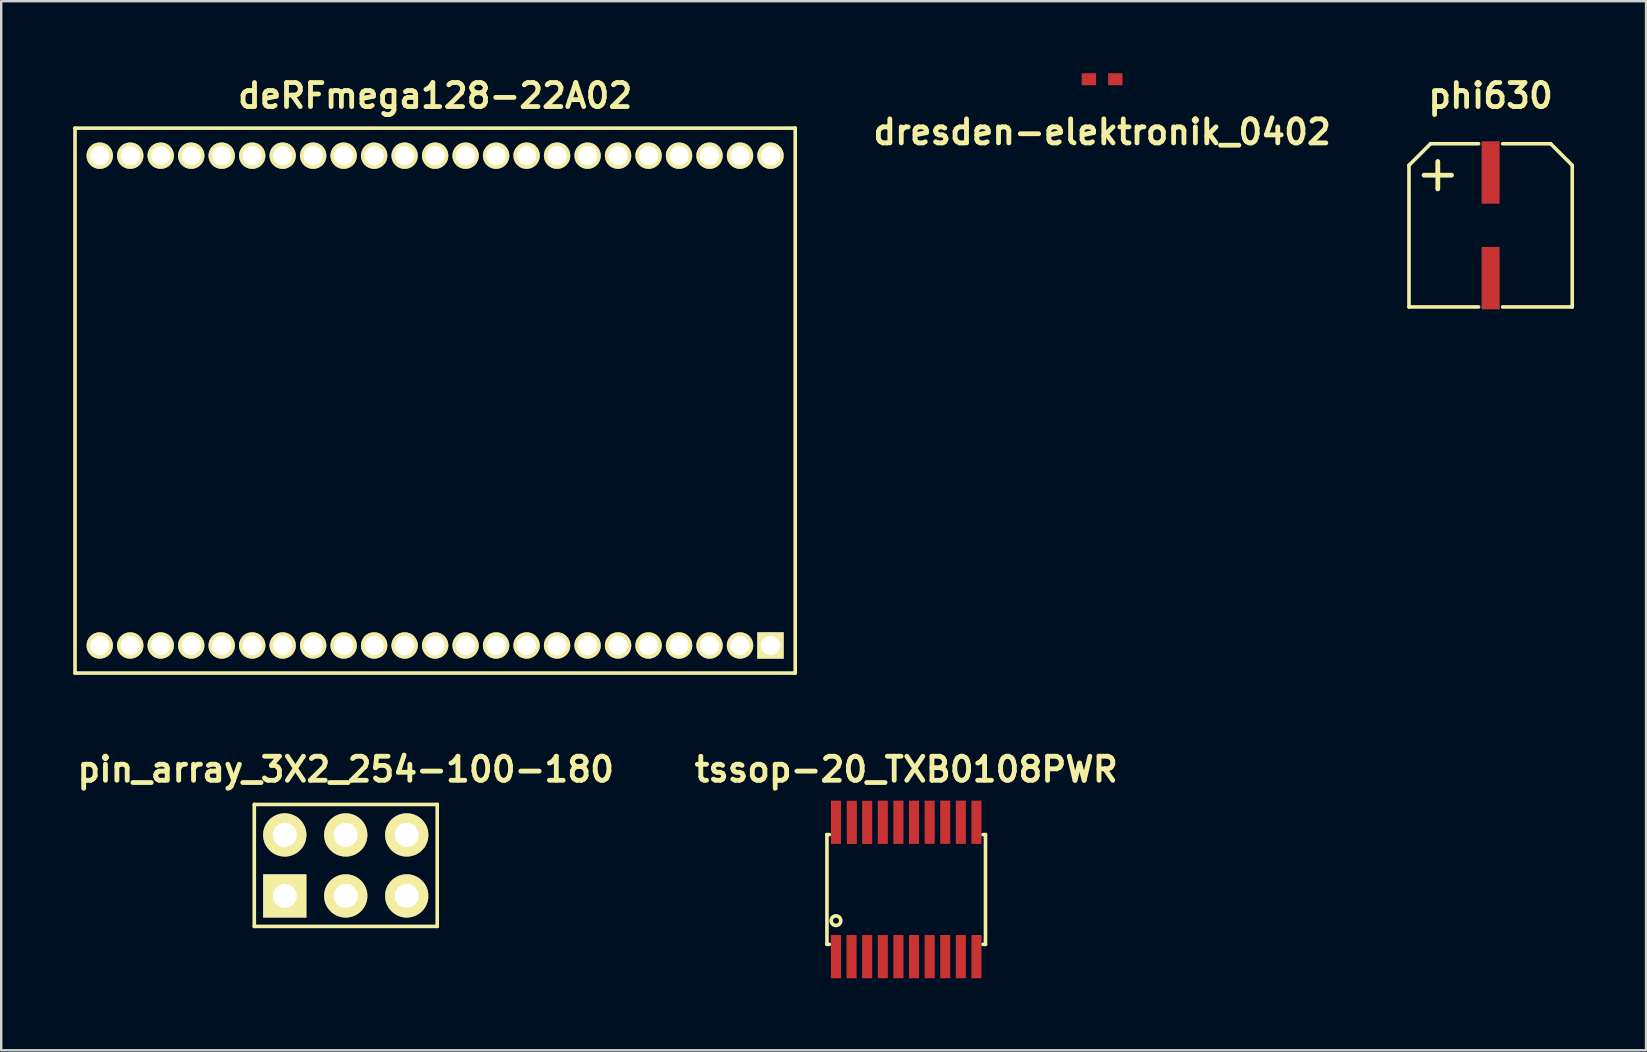
<source format=kicad_pcb>
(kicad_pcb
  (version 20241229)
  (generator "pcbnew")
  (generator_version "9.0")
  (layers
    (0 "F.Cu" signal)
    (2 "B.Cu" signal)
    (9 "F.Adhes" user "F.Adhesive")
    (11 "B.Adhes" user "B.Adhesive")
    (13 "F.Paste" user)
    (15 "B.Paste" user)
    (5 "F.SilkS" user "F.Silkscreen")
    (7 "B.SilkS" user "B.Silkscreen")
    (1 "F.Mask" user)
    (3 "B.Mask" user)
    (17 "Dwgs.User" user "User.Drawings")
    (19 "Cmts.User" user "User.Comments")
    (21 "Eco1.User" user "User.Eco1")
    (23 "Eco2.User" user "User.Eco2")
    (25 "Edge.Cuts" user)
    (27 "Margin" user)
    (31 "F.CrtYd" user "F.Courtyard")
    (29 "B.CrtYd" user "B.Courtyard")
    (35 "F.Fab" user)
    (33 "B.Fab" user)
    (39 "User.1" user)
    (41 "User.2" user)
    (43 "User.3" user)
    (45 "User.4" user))
  (footprint "pin_array_3X2_254-100-180"
    (layer "F.Cu")
    (at 11.352 32.999)
    (property "Reference" "pin_array_3X2_254-100-180" (at 0 -4 0) (layer "F.SilkS") (effects (font (size 1.001 1.001) (thickness 0.201))))
    (attr through_hole)
    (fp_line (start -3.81 -2.54) (end 3.81 -2.54) (stroke (width 0.15) (type solid)) (layer "F.SilkS"))
    (fp_line (start -3.81 2.54) (end -3.81 -2.54) (stroke (width 0.15) (type solid)) (layer "F.SilkS"))
    (fp_line (start 3.81 -2.54) (end 3.81 2.54) (stroke (width 0.15) (type solid)) (layer "F.SilkS"))
    (fp_line (start 3.81 2.54) (end -3.81 2.54) (stroke (width 0.15) (type solid)) (layer "F.SilkS"))
    (pad "1" thru_hole rect (at -2.54 1.27) (size 1.801 1.801) (drill 1.001) (layers "*.Cu" "*.Mask" "F.SilkS"))
    (pad "2" thru_hole circle (at -2.54 -1.27) (size 1.801 1.801) (drill 1.001) (layers "*.Cu" "*.Mask" "F.SilkS"))
    (pad "3" thru_hole circle (at 0 1.27) (size 1.801 1.801) (drill 1.001) (layers "*.Cu" "*.Mask" "F.SilkS"))
    (pad "4" thru_hole circle (at 0 -1.27) (size 1.801 1.801) (drill 1.001) (layers "*.Cu" "*.Mask" "F.SilkS"))
    (pad "5" thru_hole circle (at 2.54 1.27) (size 1.801 1.801) (drill 1.001) (layers "*.Cu" "*.Mask" "F.SilkS"))
    (pad "6" thru_hole circle (at 2.54 -1.27) (size 1.801 1.801) (drill 1.001) (layers "*.Cu" "*.Mask" "F.SilkS")))
  (footprint "phi630"
    (layer "F.Cu")
    (at 59.041 6.336)
    (property "Reference" "phi630" (at 0 -5.4 0) (layer "F.SilkS") (effects (font (size 1 1) (thickness 0.2))))
    (attr through_hole)
    (fp_line (start -3.4 -2.5) (end -2.5 -3.4) (stroke (width 0.15) (type solid)) (layer "F.SilkS"))
    (fp_line (start -3.4 3.4) (end -3.4 -2.5) (stroke (width 0.15) (type solid)) (layer "F.SilkS"))
    (fp_line (start -3.4 3.4) (end -0.5 3.4) (stroke (width 0.15) (type solid)) (layer "F.SilkS"))
    (fp_line (start -2.5 -3.4) (end -0.5 -3.4) (stroke (width 0.15) (type solid)) (layer "F.SilkS"))
    (fp_line (start 0.5 -3.4) (end 2.5 -3.4) (stroke (width 0.15) (type solid)) (layer "F.SilkS"))
    (fp_line (start 0.5 3.4) (end 3.4 3.4) (stroke (width 0.15) (type solid)) (layer "F.SilkS"))
    (fp_line (start 3.4 -2.5) (end 2.5 -3.4) (stroke (width 0.15) (type solid)) (layer "F.SilkS"))
    (fp_line (start 3.4 -2.5) (end 3.4 3.4) (stroke (width 0.15) (type solid)) (layer "F.SilkS"))
    (fp_text user "+" (at -2.2 -2.2 0) (layer "F.SilkS") (effects (font (size 1.5 1.5) (thickness 0.2))))
    (pad "1" smd rect (at 0 -2.2) (size 0.75 2.6) (layers "F.Cu" "F.Mask" "F.Paste"))
    (pad "2" smd rect (at 0 2.2) (size 0.75 2.6) (layers "F.Cu" "F.Mask" "F.Paste")))
  (footprint "deRFmega128-22A02"
    (layer "F.Cu")
    (at 15.075 13.636)
    (property "Reference" "deRFmega128-22A02" (at 0 -12.7 0) (layer "F.SilkS") (effects (font (size 1 1) (thickness 0.2))))
    (attr through_hole)
    (fp_line (start -15 -11.35) (end -15 11.35) (stroke (width 0.15) (type solid)) (layer "F.SilkS"))
    (fp_line (start -15 11.35) (end 15 11.35) (stroke (width 0.15) (type solid)) (layer "F.SilkS"))
    (fp_line (start 15 -11.35) (end -15 -11.35) (stroke (width 0.15) (type solid)) (layer "F.SilkS"))
    (fp_line (start 15 11.35) (end 15 -11.35) (stroke (width 0.15) (type solid)) (layer "F.SilkS"))
    (pad "1" thru_hole rect (at 13.97 10.201) (size 1.1 1.1) (drill 0.8) (layers "*.Cu" "*.Mask" "F.SilkS"))
    (pad "2" thru_hole circle (at 12.7 10.201) (size 1.1 1.1) (drill 0.8) (layers "*.Cu" "*.Mask" "F.SilkS"))
    (pad "3" thru_hole circle (at 11.43 10.201) (size 1.1 1.1) (drill 0.8) (layers "*.Cu" "*.Mask" "F.SilkS"))
    (pad "4" thru_hole circle (at 10.16 10.201) (size 1.1 1.1) (drill 0.8) (layers "*.Cu" "*.Mask" "F.SilkS"))
    (pad "5" thru_hole circle (at 8.89 10.201) (size 1.1 1.1) (drill 0.8) (layers "*.Cu" "*.Mask" "F.SilkS"))
    (pad "6" thru_hole circle (at 7.62 10.201) (size 1.1 1.1) (drill 0.8) (layers "*.Cu" "*.Mask" "F.SilkS"))
    (pad "7" thru_hole circle (at 6.35 10.201) (size 1.1 1.1) (drill 0.8) (layers "*.Cu" "*.Mask" "F.SilkS"))
    (pad "8" thru_hole circle (at 5.08 10.201) (size 1.1 1.1) (drill 0.8) (layers "*.Cu" "*.Mask" "F.SilkS"))
    (pad "9" thru_hole circle (at 3.81 10.201) (size 1.1 1.1) (drill 0.8) (layers "*.Cu" "*.Mask" "F.SilkS"))
    (pad "10" thru_hole circle (at 2.54 10.201) (size 1.1 1.1) (drill 0.8) (layers "*.Cu" "*.Mask" "F.SilkS"))
    (pad "11" thru_hole circle (at 1.27 10.201) (size 1.1 1.1) (drill 0.8) (layers "*.Cu" "*.Mask" "F.SilkS"))
    (pad "12" thru_hole circle (at 0 10.201) (size 1.1 1.1) (drill 0.8) (layers "*.Cu" "*.Mask" "F.SilkS"))
    (pad "13" thru_hole circle (at -1.27 10.201) (size 1.1 1.1) (drill 0.8) (layers "*.Cu" "*.Mask" "F.SilkS"))
    (pad "14" thru_hole circle (at -2.54 10.201) (size 1.1 1.1) (drill 0.8) (layers "*.Cu" "*.Mask" "F.SilkS"))
    (pad "15" thru_hole circle (at -3.81 10.201) (size 1.1 1.1) (drill 0.8) (layers "*.Cu" "*.Mask" "F.SilkS"))
    (pad "16" thru_hole circle (at -5.08 10.201) (size 1.1 1.1) (drill 0.8) (layers "*.Cu" "*.Mask" "F.SilkS"))
    (pad "17" thru_hole circle (at -6.35 10.201) (size 1.1 1.1) (drill 0.8) (layers "*.Cu" "*.Mask" "F.SilkS"))
    (pad "18" thru_hole circle (at -7.62 10.201) (size 1.1 1.1) (drill 0.8) (layers "*.Cu" "*.Mask" "F.SilkS"))
    (pad "19" thru_hole circle (at -8.89 10.201) (size 1.1 1.1) (drill 0.8) (layers "*.Cu" "*.Mask" "F.SilkS"))
    (pad "20" thru_hole circle (at -10.16 10.201) (size 1.1 1.1) (drill 0.8) (layers "*.Cu" "*.Mask" "F.SilkS"))
    (pad "21" thru_hole circle (at -11.43 10.201) (size 1.1 1.1) (drill 0.8) (layers "*.Cu" "*.Mask" "F.SilkS"))
    (pad "22" thru_hole circle (at -12.7 10.201) (size 1.1 1.1) (drill 0.8) (layers "*.Cu" "*.Mask" "F.SilkS"))
    (pad "23" thru_hole circle (at -13.97 10.201) (size 1.1 1.1) (drill 0.8) (layers "*.Cu" "*.Mask" "F.SilkS"))
    (pad "24" thru_hole circle (at -13.97 -10.201) (size 1.1 1.1) (drill 0.8) (layers "*.Cu" "*.Mask" "F.SilkS"))
    (pad "25" thru_hole circle (at -12.7 -10.201) (size 1.1 1.1) (drill 0.8) (layers "*.Cu" "*.Mask" "F.SilkS"))
    (pad "26" thru_hole circle (at -11.43 -10.201) (size 1.1 1.1) (drill 0.8) (layers "*.Cu" "*.Mask" "F.SilkS"))
    (pad "27" thru_hole circle (at -10.16 -10.201) (size 1.1 1.1) (drill 0.8) (layers "*.Cu" "*.Mask" "F.SilkS"))
    (pad "28" thru_hole circle (at -8.89 -10.201) (size 1.1 1.1) (drill 0.8) (layers "*.Cu" "*.Mask" "F.SilkS"))
    (pad "29" thru_hole circle (at -7.62 -10.201) (size 1.1 1.1) (drill 0.8) (layers "*.Cu" "*.Mask" "F.SilkS"))
    (pad "30" thru_hole circle (at -6.35 -10.201) (size 1.1 1.1) (drill 0.8) (layers "*.Cu" "*.Mask" "F.SilkS"))
    (pad "31" thru_hole circle (at -5.08 -10.201) (size 1.1 1.1) (drill 0.8) (layers "*.Cu" "*.Mask" "F.SilkS"))
    (pad "32" thru_hole circle (at -3.81 -10.201) (size 1.1 1.1) (drill 0.8) (layers "*.Cu" "*.Mask" "F.SilkS"))
    (pad "33" thru_hole circle (at -2.54 -10.201) (size 1.1 1.1) (drill 0.8) (layers "*.Cu" "*.Mask" "F.SilkS"))
    (pad "34" thru_hole circle (at -1.27 -10.201) (size 1.1 1.1) (drill 0.8) (layers "*.Cu" "*.Mask" "F.SilkS"))
    (pad "35" thru_hole circle (at 0 -10.201) (size 1.1 1.1) (drill 0.8) (layers "*.Cu" "*.Mask" "F.SilkS"))
    (pad "36" thru_hole circle (at 1.27 -10.201) (size 1.1 1.1) (drill 0.8) (layers "*.Cu" "*.Mask" "F.SilkS"))
    (pad "37" thru_hole circle (at 2.54 -10.201) (size 1.1 1.1) (drill 0.8) (layers "*.Cu" "*.Mask" "F.SilkS"))
    (pad "38" thru_hole circle (at 3.81 -10.201) (size 1.1 1.1) (drill 0.8) (layers "*.Cu" "*.Mask" "F.SilkS"))
    (pad "39" thru_hole circle (at 5.08 -10.201) (size 1.1 1.1) (drill 0.8) (layers "*.Cu" "*.Mask" "F.SilkS"))
    (pad "40" thru_hole circle (at 6.35 -10.201) (size 1.1 1.1) (drill 0.8) (layers "*.Cu" "*.Mask" "F.SilkS"))
    (pad "41" thru_hole circle (at 7.62 -10.201) (size 1.1 1.1) (drill 0.8) (layers "*.Cu" "*.Mask" "F.SilkS"))
    (pad "42" thru_hole circle (at 8.89 -10.201) (size 1.1 1.1) (drill 0.8) (layers "*.Cu" "*.Mask" "F.SilkS"))
    (pad "43" thru_hole circle (at 10.16 -10.201) (size 1.1 1.1) (drill 0.8) (layers "*.Cu" "*.Mask" "F.SilkS"))
    (pad "44" thru_hole circle (at 11.43 -10.201) (size 1.1 1.1) (drill 0.8) (layers "*.Cu" "*.Mask" "F.SilkS"))
    (pad "45" thru_hole circle (at 12.7 -10.201) (size 1.1 1.1) (drill 0.8) (layers "*.Cu" "*.Mask" "F.SilkS"))
    (pad "46" thru_hole circle (at 13.97 -10.201) (size 1.1 1.1) (drill 0.8) (layers "*.Cu" "*.Mask" "F.SilkS")))
  (footprint "tssop-20_TXB0108PWR"
    (layer "F.Cu")
    (at 34.698 34)
    (property "Reference" "tssop-20_TXB0108PWR" (at 0 -5.001 0) (layer "F.SilkS") (effects (font (size 1.001 1.001) (thickness 0.201))))
    (attr through_hole)
    (fp_line (start -3.302 -2.286) (end -3.302 2.286) (stroke (width 0.15) (type solid)) (layer "F.SilkS"))
    (fp_line (start -3.302 2.286) (end -3.203 2.286) (stroke (width 0.15) (type solid)) (layer "F.SilkS"))
    (fp_line (start -3.203 -2.286) (end -3.302 -2.286) (stroke (width 0.15) (type solid)) (layer "F.SilkS"))
    (fp_line (start 3.302 -2.286) (end 3.203 -2.286) (stroke (width 0.15) (type solid)) (layer "F.SilkS"))
    (fp_line (start 3.302 2.286) (end 3.203 2.286) (stroke (width 0.15) (type solid)) (layer "F.SilkS"))
    (fp_line (start 3.302 2.286) (end 3.302 -2.286) (stroke (width 0.15) (type solid)) (layer "F.SilkS"))
    (fp_circle (center -2.926 1.3) (end -2.926 1.1) (stroke (width 0.15) (type solid)) (fill no) (layer "F.SilkS"))
    (pad "1" smd rect (at -2.926 2.799) (size 0.419 1.801) (layers "F.Cu" "F.Mask" "F.Paste"))
    (pad "2" smd rect (at -2.276 2.799) (size 0.419 1.801) (layers "F.Cu" "F.Mask" "F.Paste"))
    (pad "3" smd rect (at -1.626 2.799) (size 0.419 1.801) (layers "F.Cu" "F.Mask" "F.Paste"))
    (pad "4" smd rect (at -0.975 2.799) (size 0.419 1.801) (layers "F.Cu" "F.Mask" "F.Paste"))
    (pad "5" smd rect (at -0.325 2.799) (size 0.419 1.801) (layers "F.Cu" "F.Mask" "F.Paste"))
    (pad "6" smd rect (at 0.325 2.799) (size 0.419 1.801) (layers "F.Cu" "F.Mask" "F.Paste"))
    (pad "7" smd rect (at 0.975 2.799) (size 0.419 1.801) (layers "F.Cu" "F.Mask" "F.Paste"))
    (pad "8" smd rect (at 1.626 2.799) (size 0.419 1.801) (layers "F.Cu" "F.Mask" "F.Paste"))
    (pad "9" smd rect (at 2.276 2.799) (size 0.419 1.801) (layers "F.Cu" "F.Mask" "F.Paste"))
    (pad "10" smd rect (at 2.926 2.799) (size 0.419 1.801) (layers "F.Cu" "F.Mask" "F.Paste"))
    (pad "11" smd rect (at 2.926 -2.799) (size 0.419 1.801) (layers "F.Cu" "F.Mask" "F.Paste"))
    (pad "12" smd rect (at 2.276 -2.799) (size 0.419 1.801) (layers "F.Cu" "F.Mask" "F.Paste"))
    (pad "13" smd rect (at 1.626 -2.799) (size 0.419 1.801) (layers "F.Cu" "F.Mask" "F.Paste"))
    (pad "14" smd rect (at 0.975 -2.799) (size 0.419 1.801) (layers "F.Cu" "F.Mask" "F.Paste"))
    (pad "15" smd rect (at 0.325 -2.799) (size 0.419 1.801) (layers "F.Cu" "F.Mask" "F.Paste"))
    (pad "16" smd rect (at -0.325 -2.799) (size 0.419 1.801) (layers "F.Cu" "F.Mask" "F.Paste"))
    (pad "17" smd rect (at -0.975 -2.799) (size 0.419 1.801) (layers "F.Cu" "F.Mask" "F.Paste"))
    (pad "18" smd rect (at -1.626 -2.794) (size 0.419 1.801) (layers "F.Cu" "F.Mask" "F.Paste"))
    (pad "19" smd rect (at -2.266 -2.794) (size 0.419 1.801) (layers "F.Cu" "F.Mask" "F.Paste"))
    (pad "20" smd rect (at -2.926 -2.799) (size 0.419 1.801) (layers "F.Cu" "F.Mask" "F.Paste")))
  (footprint "dresden-elektronik_0402"
    (layer "F.Cu")
    (at 42.858 0.25)
    (property "Reference" "dresden-elektronik_0402" (at 0 2.2 0) (layer "F.SilkS") (effects (font (size 1.001 1.001) (thickness 0.201))))
    (attr smd)
    (pad "1" smd rect (at -0.55 0) (size 0.6 0.5) (layers "F.Cu" "F.Mask" "F.Paste"))
    (pad "2" smd rect (at 0.55 0) (size 0.6 0.5) (layers "F.Cu" "F.Mask" "F.Paste")))
  (gr_rect
    (start -3 -3)
    (end 65.516 40.699)
    (stroke (width 0.1) (type default))
    (fill no)
    (layer "Edge.Cuts")))
</source>
